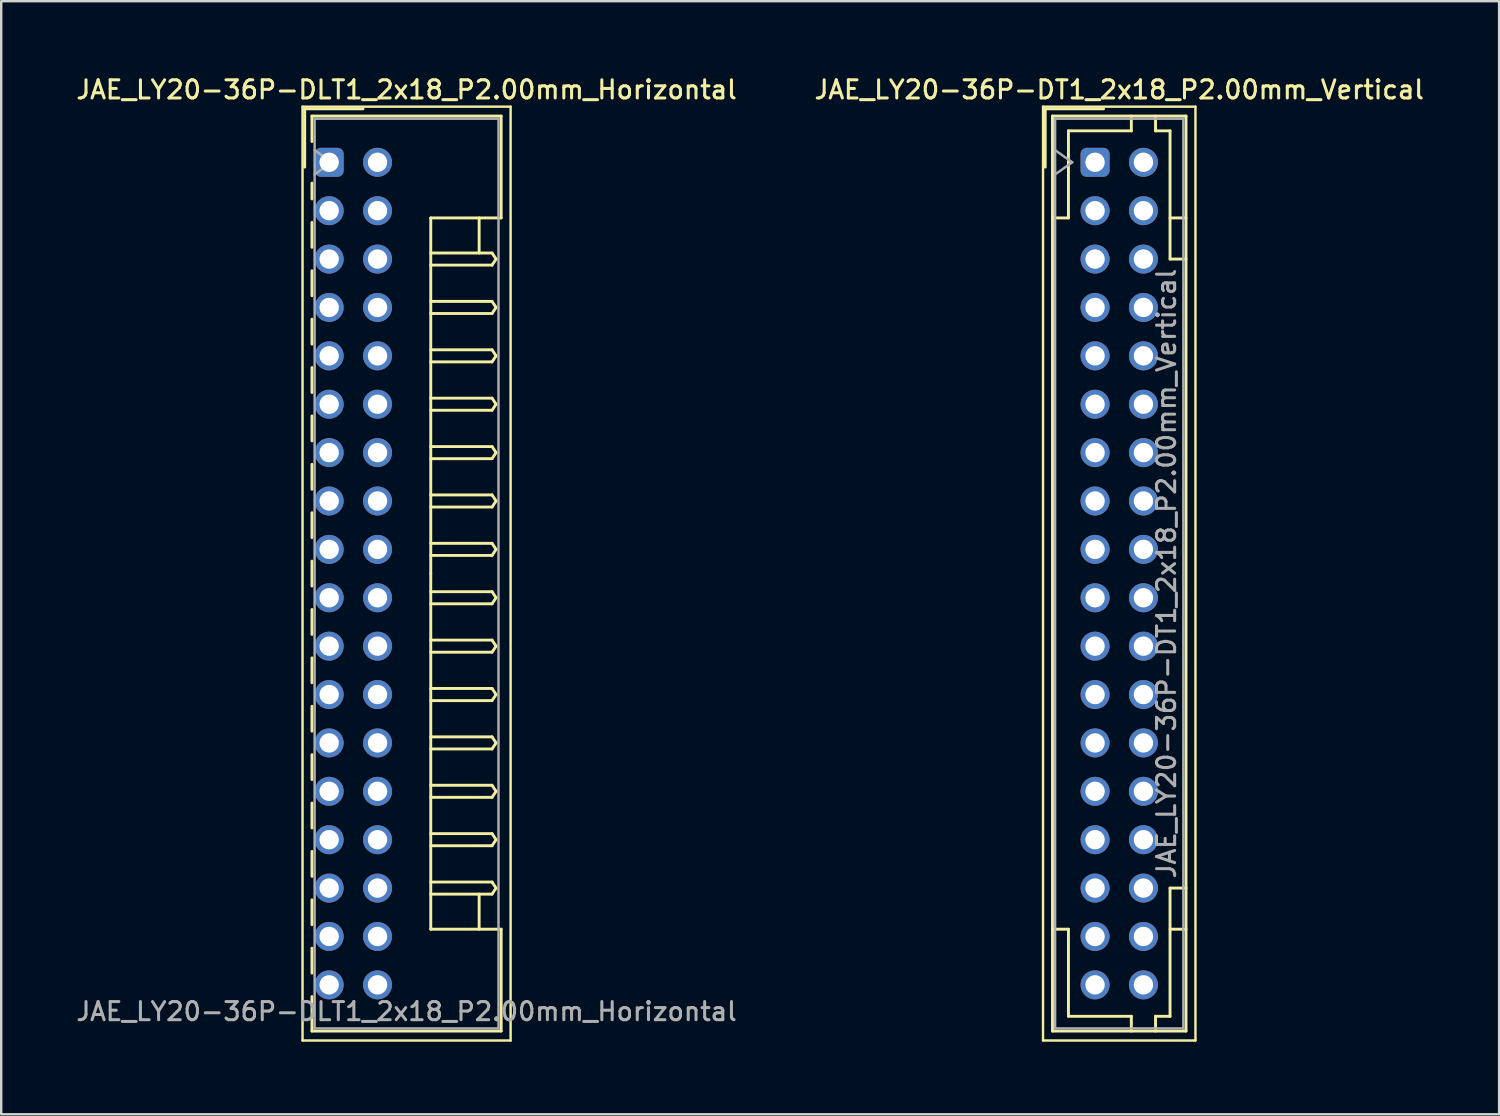
<source format=kicad_pcb>
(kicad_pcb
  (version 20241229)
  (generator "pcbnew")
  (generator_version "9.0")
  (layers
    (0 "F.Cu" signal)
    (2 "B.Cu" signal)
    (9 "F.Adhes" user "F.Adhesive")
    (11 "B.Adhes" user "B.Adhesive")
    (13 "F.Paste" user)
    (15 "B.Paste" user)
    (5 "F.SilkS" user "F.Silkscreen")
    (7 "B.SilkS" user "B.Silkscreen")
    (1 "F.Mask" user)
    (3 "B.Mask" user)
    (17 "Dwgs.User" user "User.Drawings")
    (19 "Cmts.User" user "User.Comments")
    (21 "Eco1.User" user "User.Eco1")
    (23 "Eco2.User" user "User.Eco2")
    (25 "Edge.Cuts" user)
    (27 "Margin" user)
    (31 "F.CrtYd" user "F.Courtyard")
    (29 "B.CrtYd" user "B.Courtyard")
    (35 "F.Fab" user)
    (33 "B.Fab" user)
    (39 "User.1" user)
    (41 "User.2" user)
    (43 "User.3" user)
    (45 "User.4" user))
  (footprint "JAE_LY20-36P-DT1_2x18_P2.00mm_Vertical"
    (layer "F.Cu")
    (at 42.213 3.658)
    (property "Reference" "JAE_LY20-36P-DT1_2x18_P2.00mm_Vertical" (at 1 -3 0) (layer "F.SilkS") (effects (font (size 0.75 0.75) (thickness 0.125))))
    (attr through_hole)
    (fp_line (start -2.15 -2.3) (end -2.15 36.3) (stroke (width 0.1) (type solid)) (layer "F.SilkS"))
    (fp_line (start -2.15 36.3) (end 4.15 36.3) (stroke (width 0.1) (type solid)) (layer "F.SilkS"))
    (fp_line (start -2.06 -2.21) (end -2.06 0.2) (stroke (width 0.12) (type solid)) (layer "F.SilkS"))
    (fp_line (start -1.76 -1.91) (end -1.76 35.91) (stroke (width 0.12) (type solid)) (layer "F.SilkS"))
    (fp_line (start -1.76 35.91) (end 3.76 35.91) (stroke (width 0.12) (type solid)) (layer "F.SilkS"))
    (fp_line (start -1.1 -1.3) (end -1.1 2.3) (stroke (width 0.12) (type solid)) (layer "F.SilkS"))
    (fp_line (start -1.1 2.3) (end -1.76 2.3) (stroke (width 0.12) (type solid)) (layer "F.SilkS"))
    (fp_line (start -1.1 31.7) (end -1.76 31.7) (stroke (width 0.12) (type solid)) (layer "F.SilkS"))
    (fp_line (start -1.1 35.3) (end -1.1 31.7) (stroke (width 0.12) (type solid)) (layer "F.SilkS"))
    (fp_line (start 0.35 -2.21) (end -2.06 -2.21) (stroke (width 0.12) (type solid)) (layer "F.SilkS"))
    (fp_line (start 1.5 -1.91) (end 1.5 -1.3) (stroke (width 0.12) (type solid)) (layer "F.SilkS"))
    (fp_line (start 1.5 -1.3) (end -1.1 -1.3) (stroke (width 0.12) (type solid)) (layer "F.SilkS"))
    (fp_line (start 1.5 35.3) (end -1.1 35.3) (stroke (width 0.12) (type solid)) (layer "F.SilkS"))
    (fp_line (start 1.5 35.91) (end 1.5 35.3) (stroke (width 0.12) (type solid)) (layer "F.SilkS"))
    (fp_line (start 2.5 -1.91) (end 2.5 -1.3) (stroke (width 0.12) (type solid)) (layer "F.SilkS"))
    (fp_line (start 2.5 -1.3) (end 3.1 -1.3) (stroke (width 0.12) (type solid)) (layer "F.SilkS"))
    (fp_line (start 2.5 35.3) (end 3.1 35.3) (stroke (width 0.12) (type solid)) (layer "F.SilkS"))
    (fp_line (start 2.5 35.91) (end 2.5 35.3) (stroke (width 0.12) (type solid)) (layer "F.SilkS"))
    (fp_line (start 3.1 -1.3) (end 3.1 4) (stroke (width 0.12) (type solid)) (layer "F.SilkS"))
    (fp_line (start 3.1 4) (end 3.76 4) (stroke (width 0.12) (type solid)) (layer "F.SilkS"))
    (fp_line (start 3.1 30) (end 3.76 30) (stroke (width 0.12) (type solid)) (layer "F.SilkS"))
    (fp_line (start 3.1 35.3) (end 3.1 30) (stroke (width 0.12) (type solid)) (layer "F.SilkS"))
    (fp_line (start 3.76 -1.91) (end -1.76 -1.91) (stroke (width 0.12) (type solid)) (layer "F.SilkS"))
    (fp_line (start 3.76 2.3) (end 3.1 2.3) (stroke (width 0.12) (type solid)) (layer "F.SilkS"))
    (fp_line (start 3.76 31.7) (end 3.1 31.7) (stroke (width 0.12) (type solid)) (layer "F.SilkS"))
    (fp_line (start 3.76 35.91) (end 3.76 -1.91) (stroke (width 0.12) (type solid)) (layer "F.SilkS"))
    (fp_line (start 4.15 -2.3) (end -2.15 -2.3) (stroke (width 0.1) (type solid)) (layer "F.SilkS"))
    (fp_line (start 4.15 36.3) (end 4.15 -2.3) (stroke (width 0.1) (type solid)) (layer "F.SilkS"))
    (fp_line (start -1.65 -1.8) (end -1.65 35.8) (stroke (width 0.1) (type solid)) (layer "F.Fab"))
    (fp_line (start -1.65 0.5) (end -0.943 0) (stroke (width 0.1) (type solid)) (layer "F.Fab"))
    (fp_line (start -1.65 35.8) (end 3.65 35.8) (stroke (width 0.1) (type solid)) (layer "F.Fab"))
    (fp_line (start -0.943 0) (end -1.65 -0.5) (stroke (width 0.1) (type solid)) (layer "F.Fab"))
    (fp_line (start 3.65 -1.8) (end -1.65 -1.8) (stroke (width 0.1) (type solid)) (layer "F.Fab"))
    (fp_line (start 3.65 35.8) (end 3.65 -1.8) (stroke (width 0.1) (type solid)) (layer "F.Fab"))
    (fp_text user "${REFERENCE}" (at 2.95 17 90) (layer "F.Fab") (effects (font (size 0.75 0.75) (thickness 0.125))))
    (pad "a1" thru_hole roundrect (at 0 0) (size 1.2 1.2) (drill 0.8) (layers "*.Cu" "*.Mask") (roundrect_rratio 0.208))
    (pad "a2" thru_hole circle (at 0 2) (size 1.2 1.2) (drill 0.8) (layers "*.Cu" "*.Mask"))
    (pad "a3" thru_hole circle (at 0 4) (size 1.2 1.2) (drill 0.8) (layers "*.Cu" "*.Mask"))
    (pad "a4" thru_hole circle (at 0 6) (size 1.2 1.2) (drill 0.8) (layers "*.Cu" "*.Mask"))
    (pad "a5" thru_hole circle (at 0 8) (size 1.2 1.2) (drill 0.8) (layers "*.Cu" "*.Mask"))
    (pad "a6" thru_hole circle (at 0 10) (size 1.2 1.2) (drill 0.8) (layers "*.Cu" "*.Mask"))
    (pad "a7" thru_hole circle (at 0 12) (size 1.2 1.2) (drill 0.8) (layers "*.Cu" "*.Mask"))
    (pad "a8" thru_hole circle (at 0 14) (size 1.2 1.2) (drill 0.8) (layers "*.Cu" "*.Mask"))
    (pad "a9" thru_hole circle (at 0 16) (size 1.2 1.2) (drill 0.8) (layers "*.Cu" "*.Mask"))
    (pad "a10" thru_hole circle (at 0 18) (size 1.2 1.2) (drill 0.8) (layers "*.Cu" "*.Mask"))
    (pad "a11" thru_hole circle (at 0 20) (size 1.2 1.2) (drill 0.8) (layers "*.Cu" "*.Mask"))
    (pad "a12" thru_hole circle (at 0 22) (size 1.2 1.2) (drill 0.8) (layers "*.Cu" "*.Mask"))
    (pad "a13" thru_hole circle (at 0 24) (size 1.2 1.2) (drill 0.8) (layers "*.Cu" "*.Mask"))
    (pad "a14" thru_hole circle (at 0 26) (size 1.2 1.2) (drill 0.8) (layers "*.Cu" "*.Mask"))
    (pad "a15" thru_hole circle (at 0 28) (size 1.2 1.2) (drill 0.8) (layers "*.Cu" "*.Mask"))
    (pad "a16" thru_hole circle (at 0 30) (size 1.2 1.2) (drill 0.8) (layers "*.Cu" "*.Mask"))
    (pad "a17" thru_hole circle (at 0 32) (size 1.2 1.2) (drill 0.8) (layers "*.Cu" "*.Mask"))
    (pad "a18" thru_hole circle (at 0 34) (size 1.2 1.2) (drill 0.8) (layers "*.Cu" "*.Mask"))
    (pad "b1" thru_hole circle (at 2 0) (size 1.2 1.2) (drill 0.8) (layers "*.Cu" "*.Mask"))
    (pad "b2" thru_hole circle (at 2 2) (size 1.2 1.2) (drill 0.8) (layers "*.Cu" "*.Mask"))
    (pad "b3" thru_hole circle (at 2 4) (size 1.2 1.2) (drill 0.8) (layers "*.Cu" "*.Mask"))
    (pad "b4" thru_hole circle (at 2 6) (size 1.2 1.2) (drill 0.8) (layers "*.Cu" "*.Mask"))
    (pad "b5" thru_hole circle (at 2 8) (size 1.2 1.2) (drill 0.8) (layers "*.Cu" "*.Mask"))
    (pad "b6" thru_hole circle (at 2 10) (size 1.2 1.2) (drill 0.8) (layers "*.Cu" "*.Mask"))
    (pad "b7" thru_hole circle (at 2 12) (size 1.2 1.2) (drill 0.8) (layers "*.Cu" "*.Mask"))
    (pad "b8" thru_hole circle (at 2 14) (size 1.2 1.2) (drill 0.8) (layers "*.Cu" "*.Mask"))
    (pad "b9" thru_hole circle (at 2 16) (size 1.2 1.2) (drill 0.8) (layers "*.Cu" "*.Mask"))
    (pad "b10" thru_hole circle (at 2 18) (size 1.2 1.2) (drill 0.8) (layers "*.Cu" "*.Mask"))
    (pad "b11" thru_hole circle (at 2 20) (size 1.2 1.2) (drill 0.8) (layers "*.Cu" "*.Mask"))
    (pad "b12" thru_hole circle (at 2 22) (size 1.2 1.2) (drill 0.8) (layers "*.Cu" "*.Mask"))
    (pad "b13" thru_hole circle (at 2 24) (size 1.2 1.2) (drill 0.8) (layers "*.Cu" "*.Mask"))
    (pad "b14" thru_hole circle (at 2 26) (size 1.2 1.2) (drill 0.8) (layers "*.Cu" "*.Mask"))
    (pad "b15" thru_hole circle (at 2 28) (size 1.2 1.2) (drill 0.8) (layers "*.Cu" "*.Mask"))
    (pad "b16" thru_hole circle (at 2 30) (size 1.2 1.2) (drill 0.8) (layers "*.Cu" "*.Mask"))
    (pad "b17" thru_hole circle (at 2 32) (size 1.2 1.2) (drill 0.8) (layers "*.Cu" "*.Mask"))
    (pad "b18" thru_hole circle (at 2 34) (size 1.2 1.2) (drill 0.8) (layers "*.Cu" "*.Mask")))
  (footprint "JAE_LY20-36P-DLT1_2x18_P2.00mm_Horizontal"
    (layer "F.Cu")
    (at 10.555 3.658)
    (property "Reference" "JAE_LY20-36P-DLT1_2x18_P2.00mm_Horizontal" (at 3.2 -3 0) (layer "F.SilkS") (effects (font (size 0.75 0.75) (thickness 0.125))))
    (attr through_hole)
    (fp_line (start -1.1 -2.3) (end -1.1 36.3) (stroke (width 0.1) (type solid)) (layer "F.SilkS"))
    (fp_line (start -1.1 36.3) (end 7.5 36.3) (stroke (width 0.1) (type solid)) (layer "F.SilkS"))
    (fp_line (start -1.01 -2.21) (end -1.01 0.2) (stroke (width 0.12) (type solid)) (layer "F.SilkS"))
    (fp_line (start -0.71 -1.91) (end -0.71 -0.86) (stroke (width 0.12) (type solid)) (layer "F.SilkS"))
    (fp_line (start -0.71 -1.91) (end 7.11 -1.91) (stroke (width 0.12) (type solid)) (layer "F.SilkS"))
    (fp_line (start -0.71 0.86) (end -0.71 1.515) (stroke (width 0.12) (type solid)) (layer "F.SilkS"))
    (fp_line (start -0.71 2.485) (end -0.71 3.515) (stroke (width 0.12) (type solid)) (layer "F.SilkS"))
    (fp_line (start -0.71 4.485) (end -0.71 5.515) (stroke (width 0.12) (type solid)) (layer "F.SilkS"))
    (fp_line (start -0.71 6.485) (end -0.71 7.515) (stroke (width 0.12) (type solid)) (layer "F.SilkS"))
    (fp_line (start -0.71 8.485) (end -0.71 9.515) (stroke (width 0.12) (type solid)) (layer "F.SilkS"))
    (fp_line (start -0.71 10.485) (end -0.71 11.515) (stroke (width 0.12) (type solid)) (layer "F.SilkS"))
    (fp_line (start -0.71 12.485) (end -0.71 13.515) (stroke (width 0.12) (type solid)) (layer "F.SilkS"))
    (fp_line (start -0.71 14.485) (end -0.71 15.515) (stroke (width 0.12) (type solid)) (layer "F.SilkS"))
    (fp_line (start -0.71 16.485) (end -0.71 17.515) (stroke (width 0.12) (type solid)) (layer "F.SilkS"))
    (fp_line (start -0.71 18.485) (end -0.71 19.515) (stroke (width 0.12) (type solid)) (layer "F.SilkS"))
    (fp_line (start -0.71 20.485) (end -0.71 21.515) (stroke (width 0.12) (type solid)) (layer "F.SilkS"))
    (fp_line (start -0.71 22.485) (end -0.71 23.515) (stroke (width 0.12) (type solid)) (layer "F.SilkS"))
    (fp_line (start -0.71 24.485) (end -0.71 25.515) (stroke (width 0.12) (type solid)) (layer "F.SilkS"))
    (fp_line (start -0.71 26.485) (end -0.71 27.515) (stroke (width 0.12) (type solid)) (layer "F.SilkS"))
    (fp_line (start -0.71 28.485) (end -0.71 29.515) (stroke (width 0.12) (type solid)) (layer "F.SilkS"))
    (fp_line (start -0.71 30.485) (end -0.71 31.515) (stroke (width 0.12) (type solid)) (layer "F.SilkS"))
    (fp_line (start -0.71 32.485) (end -0.71 33.515) (stroke (width 0.12) (type solid)) (layer "F.SilkS"))
    (fp_line (start -0.71 34.485) (end -0.71 35.91) (stroke (width 0.12) (type solid)) (layer "F.SilkS"))
    (fp_line (start -0.71 35.91) (end 7.11 35.91) (stroke (width 0.12) (type solid)) (layer "F.SilkS"))
    (fp_line (start 1.4 -2.21) (end -1.01 -2.21) (stroke (width 0.12) (type solid)) (layer "F.SilkS"))
    (fp_line (start 4.2 2.3) (end 4.2 17) (stroke (width 0.12) (type solid)) (layer "F.SilkS"))
    (fp_line (start 4.2 3.75) (end 6.733 3.75) (stroke (width 0.12) (type solid)) (layer "F.SilkS"))
    (fp_line (start 4.2 5.75) (end 6.733 5.75) (stroke (width 0.12) (type solid)) (layer "F.SilkS"))
    (fp_line (start 4.2 7.75) (end 6.733 7.75) (stroke (width 0.12) (type solid)) (layer "F.SilkS"))
    (fp_line (start 4.2 9.75) (end 6.733 9.75) (stroke (width 0.12) (type solid)) (layer "F.SilkS"))
    (fp_line (start 4.2 11.75) (end 6.733 11.75) (stroke (width 0.12) (type solid)) (layer "F.SilkS"))
    (fp_line (start 4.2 13.75) (end 6.733 13.75) (stroke (width 0.12) (type solid)) (layer "F.SilkS"))
    (fp_line (start 4.2 15.75) (end 6.733 15.75) (stroke (width 0.12) (type solid)) (layer "F.SilkS"))
    (fp_line (start 4.2 17.75) (end 6.733 17.75) (stroke (width 0.12) (type solid)) (layer "F.SilkS"))
    (fp_line (start 4.2 19.75) (end 6.733 19.75) (stroke (width 0.12) (type solid)) (layer "F.SilkS"))
    (fp_line (start 4.2 21.75) (end 6.733 21.75) (stroke (width 0.12) (type solid)) (layer "F.SilkS"))
    (fp_line (start 4.2 23.75) (end 6.733 23.75) (stroke (width 0.12) (type solid)) (layer "F.SilkS"))
    (fp_line (start 4.2 25.75) (end 6.733 25.75) (stroke (width 0.12) (type solid)) (layer "F.SilkS"))
    (fp_line (start 4.2 27.75) (end 6.733 27.75) (stroke (width 0.12) (type solid)) (layer "F.SilkS"))
    (fp_line (start 4.2 29.75) (end 6.733 29.75) (stroke (width 0.12) (type solid)) (layer "F.SilkS"))
    (fp_line (start 4.2 31.7) (end 4.2 17) (stroke (width 0.12) (type solid)) (layer "F.SilkS"))
    (fp_line (start 6.2 2.3) (end 6.2 3.75) (stroke (width 0.12) (type solid)) (layer "F.SilkS"))
    (fp_line (start 6.2 31.7) (end 6.2 30.25) (stroke (width 0.12) (type solid)) (layer "F.SilkS"))
    (fp_line (start 6.733 3.75) (end 6.9 4) (stroke (width 0.12) (type solid)) (layer "F.SilkS"))
    (fp_line (start 6.733 4.25) (end 4.2 4.25) (stroke (width 0.12) (type solid)) (layer "F.SilkS"))
    (fp_line (start 6.733 5.75) (end 6.9 6) (stroke (width 0.12) (type solid)) (layer "F.SilkS"))
    (fp_line (start 6.733 6.25) (end 4.2 6.25) (stroke (width 0.12) (type solid)) (layer "F.SilkS"))
    (fp_line (start 6.733 7.75) (end 6.9 8) (stroke (width 0.12) (type solid)) (layer "F.SilkS"))
    (fp_line (start 6.733 8.25) (end 4.2 8.25) (stroke (width 0.12) (type solid)) (layer "F.SilkS"))
    (fp_line (start 6.733 9.75) (end 6.9 10) (stroke (width 0.12) (type solid)) (layer "F.SilkS"))
    (fp_line (start 6.733 10.25) (end 4.2 10.25) (stroke (width 0.12) (type solid)) (layer "F.SilkS"))
    (fp_line (start 6.733 11.75) (end 6.9 12) (stroke (width 0.12) (type solid)) (layer "F.SilkS"))
    (fp_line (start 6.733 12.25) (end 4.2 12.25) (stroke (width 0.12) (type solid)) (layer "F.SilkS"))
    (fp_line (start 6.733 13.75) (end 6.9 14) (stroke (width 0.12) (type solid)) (layer "F.SilkS"))
    (fp_line (start 6.733 14.25) (end 4.2 14.25) (stroke (width 0.12) (type solid)) (layer "F.SilkS"))
    (fp_line (start 6.733 15.75) (end 6.9 16) (stroke (width 0.12) (type solid)) (layer "F.SilkS"))
    (fp_line (start 6.733 16.25) (end 4.2 16.25) (stroke (width 0.12) (type solid)) (layer "F.SilkS"))
    (fp_line (start 6.733 17.75) (end 6.9 18) (stroke (width 0.12) (type solid)) (layer "F.SilkS"))
    (fp_line (start 6.733 18.25) (end 4.2 18.25) (stroke (width 0.12) (type solid)) (layer "F.SilkS"))
    (fp_line (start 6.733 19.75) (end 6.9 20) (stroke (width 0.12) (type solid)) (layer "F.SilkS"))
    (fp_line (start 6.733 20.25) (end 4.2 20.25) (stroke (width 0.12) (type solid)) (layer "F.SilkS"))
    (fp_line (start 6.733 21.75) (end 6.9 22) (stroke (width 0.12) (type solid)) (layer "F.SilkS"))
    (fp_line (start 6.733 22.25) (end 4.2 22.25) (stroke (width 0.12) (type solid)) (layer "F.SilkS"))
    (fp_line (start 6.733 23.75) (end 6.9 24) (stroke (width 0.12) (type solid)) (layer "F.SilkS"))
    (fp_line (start 6.733 24.25) (end 4.2 24.25) (stroke (width 0.12) (type solid)) (layer "F.SilkS"))
    (fp_line (start 6.733 25.75) (end 6.9 26) (stroke (width 0.12) (type solid)) (layer "F.SilkS"))
    (fp_line (start 6.733 26.25) (end 4.2 26.25) (stroke (width 0.12) (type solid)) (layer "F.SilkS"))
    (fp_line (start 6.733 27.75) (end 6.9 28) (stroke (width 0.12) (type solid)) (layer "F.SilkS"))
    (fp_line (start 6.733 28.25) (end 4.2 28.25) (stroke (width 0.12) (type solid)) (layer "F.SilkS"))
    (fp_line (start 6.733 29.75) (end 6.9 30) (stroke (width 0.12) (type solid)) (layer "F.SilkS"))
    (fp_line (start 6.733 30.25) (end 4.2 30.25) (stroke (width 0.12) (type solid)) (layer "F.SilkS"))
    (fp_line (start 6.9 4) (end 6.733 4.25) (stroke (width 0.12) (type solid)) (layer "F.SilkS"))
    (fp_line (start 6.9 6) (end 6.733 6.25) (stroke (width 0.12) (type solid)) (layer "F.SilkS"))
    (fp_line (start 6.9 8) (end 6.733 8.25) (stroke (width 0.12) (type solid)) (layer "F.SilkS"))
    (fp_line (start 6.9 10) (end 6.733 10.25) (stroke (width 0.12) (type solid)) (layer "F.SilkS"))
    (fp_line (start 6.9 12) (end 6.733 12.25) (stroke (width 0.12) (type solid)) (layer "F.SilkS"))
    (fp_line (start 6.9 14) (end 6.733 14.25) (stroke (width 0.12) (type solid)) (layer "F.SilkS"))
    (fp_line (start 6.9 16) (end 6.733 16.25) (stroke (width 0.12) (type solid)) (layer "F.SilkS"))
    (fp_line (start 6.9 18) (end 6.733 18.25) (stroke (width 0.12) (type solid)) (layer "F.SilkS"))
    (fp_line (start 6.9 20) (end 6.733 20.25) (stroke (width 0.12) (type solid)) (layer "F.SilkS"))
    (fp_line (start 6.9 22) (end 6.733 22.25) (stroke (width 0.12) (type solid)) (layer "F.SilkS"))
    (fp_line (start 6.9 24) (end 6.733 24.25) (stroke (width 0.12) (type solid)) (layer "F.SilkS"))
    (fp_line (start 6.9 26) (end 6.733 26.25) (stroke (width 0.12) (type solid)) (layer "F.SilkS"))
    (fp_line (start 6.9 28) (end 6.733 28.25) (stroke (width 0.12) (type solid)) (layer "F.SilkS"))
    (fp_line (start 6.9 30) (end 6.733 30.25) (stroke (width 0.12) (type solid)) (layer "F.SilkS"))
    (fp_line (start 7.11 -1.91) (end 7.11 2.3) (stroke (width 0.12) (type solid)) (layer "F.SilkS"))
    (fp_line (start 7.11 2.3) (end 4.2 2.3) (stroke (width 0.12) (type solid)) (layer "F.SilkS"))
    (fp_line (start 7.11 31.7) (end 4.2 31.7) (stroke (width 0.12) (type solid)) (layer "F.SilkS"))
    (fp_line (start 7.11 35.91) (end 7.11 31.7) (stroke (width 0.12) (type solid)) (layer "F.SilkS"))
    (fp_line (start 7.5 -2.3) (end -1.1 -2.3) (stroke (width 0.1) (type solid)) (layer "F.SilkS"))
    (fp_line (start 7.5 36.3) (end 7.5 -2.3) (stroke (width 0.1) (type solid)) (layer "F.SilkS"))
    (fp_line (start -0.6 -1.8) (end -0.6 35.8) (stroke (width 0.1) (type solid)) (layer "F.Fab"))
    (fp_line (start -0.6 0.5) (end 0.107 0) (stroke (width 0.1) (type solid)) (layer "F.Fab"))
    (fp_line (start -0.6 35.8) (end 7 35.8) (stroke (width 0.1) (type solid)) (layer "F.Fab"))
    (fp_line (start 0.107 0) (end -0.6 -0.5) (stroke (width 0.1) (type solid)) (layer "F.Fab"))
    (fp_line (start 7 -1.8) (end -0.6 -1.8) (stroke (width 0.1) (type solid)) (layer "F.Fab"))
    (fp_line (start 7 35.8) (end 7 -1.8) (stroke (width 0.1) (type solid)) (layer "F.Fab"))
    (fp_text user "${REFERENCE}" (at 3.2 35.1 0) (layer "F.Fab") (effects (font (size 0.75 0.75) (thickness 0.125))))
    (pad "a1" thru_hole roundrect (at 0 0) (size 1.2 1.2) (drill 0.8) (layers "*.Cu" "*.Mask") (roundrect_rratio 0.208))
    (pad "a2" thru_hole circle (at 0 2) (size 1.2 1.2) (drill 0.8) (layers "*.Cu" "*.Mask"))
    (pad "a3" thru_hole circle (at 0 4) (size 1.2 1.2) (drill 0.8) (layers "*.Cu" "*.Mask"))
    (pad "a4" thru_hole circle (at 0 6) (size 1.2 1.2) (drill 0.8) (layers "*.Cu" "*.Mask"))
    (pad "a5" thru_hole circle (at 0 8) (size 1.2 1.2) (drill 0.8) (layers "*.Cu" "*.Mask"))
    (pad "a6" thru_hole circle (at 0 10) (size 1.2 1.2) (drill 0.8) (layers "*.Cu" "*.Mask"))
    (pad "a7" thru_hole circle (at 0 12) (size 1.2 1.2) (drill 0.8) (layers "*.Cu" "*.Mask"))
    (pad "a8" thru_hole circle (at 0 14) (size 1.2 1.2) (drill 0.8) (layers "*.Cu" "*.Mask"))
    (pad "a9" thru_hole circle (at 0 16) (size 1.2 1.2) (drill 0.8) (layers "*.Cu" "*.Mask"))
    (pad "a10" thru_hole circle (at 0 18) (size 1.2 1.2) (drill 0.8) (layers "*.Cu" "*.Mask"))
    (pad "a11" thru_hole circle (at 0 20) (size 1.2 1.2) (drill 0.8) (layers "*.Cu" "*.Mask"))
    (pad "a12" thru_hole circle (at 0 22) (size 1.2 1.2) (drill 0.8) (layers "*.Cu" "*.Mask"))
    (pad "a13" thru_hole circle (at 0 24) (size 1.2 1.2) (drill 0.8) (layers "*.Cu" "*.Mask"))
    (pad "a14" thru_hole circle (at 0 26) (size 1.2 1.2) (drill 0.8) (layers "*.Cu" "*.Mask"))
    (pad "a15" thru_hole circle (at 0 28) (size 1.2 1.2) (drill 0.8) (layers "*.Cu" "*.Mask"))
    (pad "a16" thru_hole circle (at 0 30) (size 1.2 1.2) (drill 0.8) (layers "*.Cu" "*.Mask"))
    (pad "a17" thru_hole circle (at 0 32) (size 1.2 1.2) (drill 0.8) (layers "*.Cu" "*.Mask"))
    (pad "a18" thru_hole circle (at 0 34) (size 1.2 1.2) (drill 0.8) (layers "*.Cu" "*.Mask"))
    (pad "b1" thru_hole circle (at 2 0) (size 1.2 1.2) (drill 0.8) (layers "*.Cu" "*.Mask"))
    (pad "b2" thru_hole circle (at 2 2) (size 1.2 1.2) (drill 0.8) (layers "*.Cu" "*.Mask"))
    (pad "b3" thru_hole circle (at 2 4) (size 1.2 1.2) (drill 0.8) (layers "*.Cu" "*.Mask"))
    (pad "b4" thru_hole circle (at 2 6) (size 1.2 1.2) (drill 0.8) (layers "*.Cu" "*.Mask"))
    (pad "b5" thru_hole circle (at 2 8) (size 1.2 1.2) (drill 0.8) (layers "*.Cu" "*.Mask"))
    (pad "b6" thru_hole circle (at 2 10) (size 1.2 1.2) (drill 0.8) (layers "*.Cu" "*.Mask"))
    (pad "b7" thru_hole circle (at 2 12) (size 1.2 1.2) (drill 0.8) (layers "*.Cu" "*.Mask"))
    (pad "b8" thru_hole circle (at 2 14) (size 1.2 1.2) (drill 0.8) (layers "*.Cu" "*.Mask"))
    (pad "b9" thru_hole circle (at 2 16) (size 1.2 1.2) (drill 0.8) (layers "*.Cu" "*.Mask"))
    (pad "b10" thru_hole circle (at 2 18) (size 1.2 1.2) (drill 0.8) (layers "*.Cu" "*.Mask"))
    (pad "b11" thru_hole circle (at 2 20) (size 1.2 1.2) (drill 0.8) (layers "*.Cu" "*.Mask"))
    (pad "b12" thru_hole circle (at 2 22) (size 1.2 1.2) (drill 0.8) (layers "*.Cu" "*.Mask"))
    (pad "b13" thru_hole circle (at 2 24) (size 1.2 1.2) (drill 0.8) (layers "*.Cu" "*.Mask"))
    (pad "b14" thru_hole circle (at 2 26) (size 1.2 1.2) (drill 0.8) (layers "*.Cu" "*.Mask"))
    (pad "b15" thru_hole circle (at 2 28) (size 1.2 1.2) (drill 0.8) (layers "*.Cu" "*.Mask"))
    (pad "b16" thru_hole circle (at 2 30) (size 1.2 1.2) (drill 0.8) (layers "*.Cu" "*.Mask"))
    (pad "b17" thru_hole circle (at 2 32) (size 1.2 1.2) (drill 0.8) (layers "*.Cu" "*.Mask"))
    (pad "b18" thru_hole circle (at 2 34) (size 1.2 1.2) (drill 0.8) (layers "*.Cu" "*.Mask")))
  (gr_rect
    (start -3 -3)
    (end 58.914 43.008)
    (stroke (width 0.1) (type default))
    (fill no)
    (layer "Edge.Cuts")))
</source>
